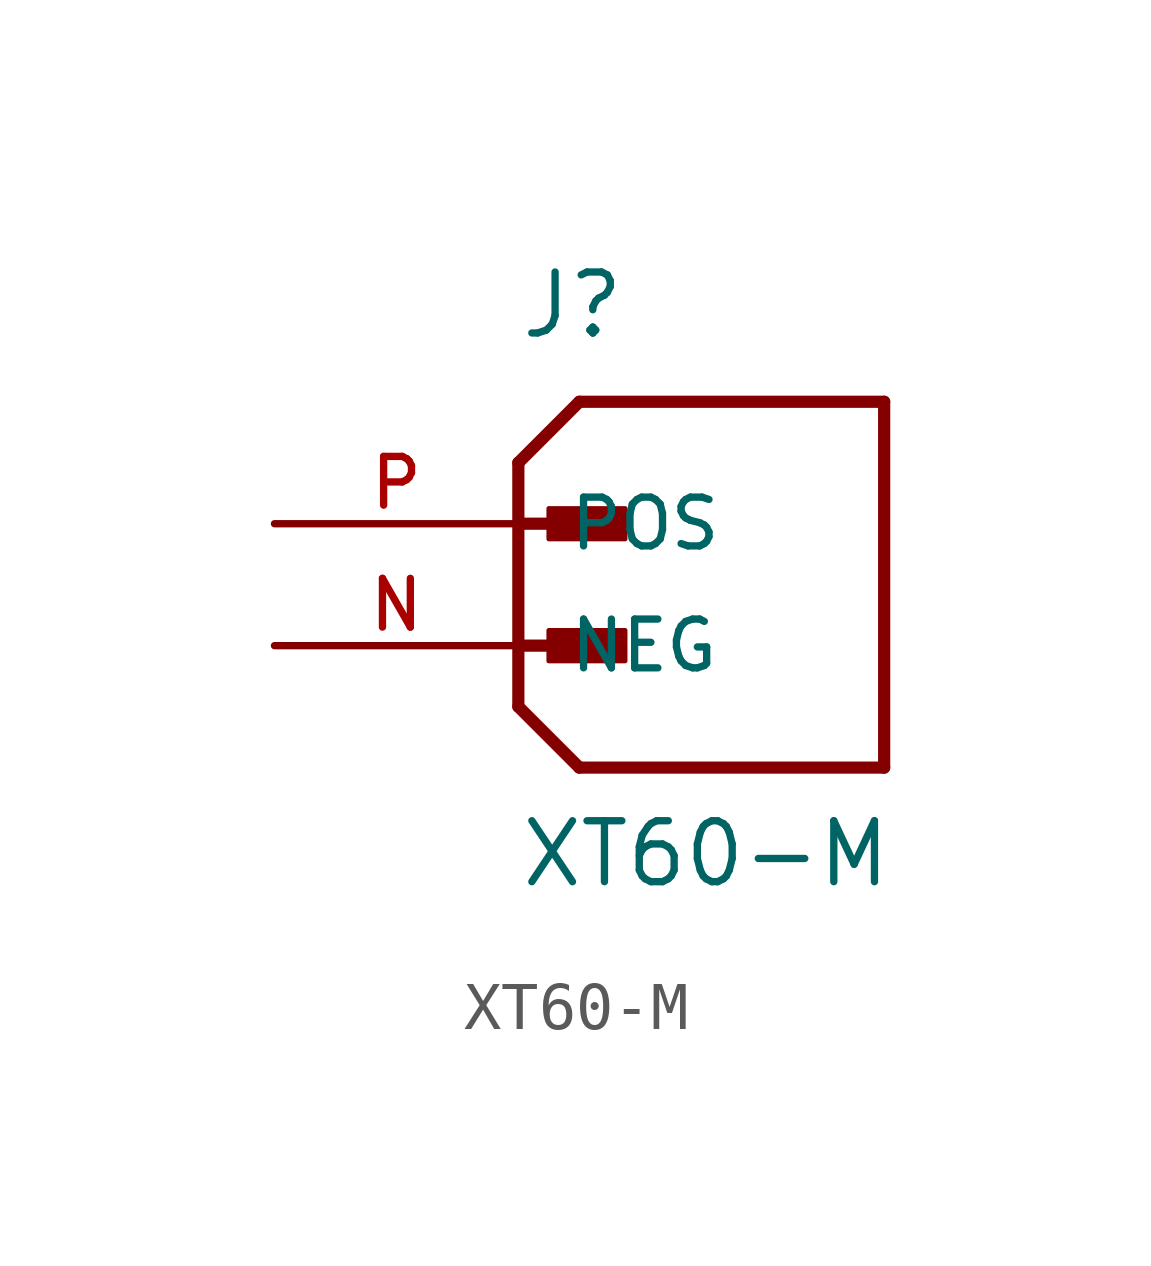
<source format=kicad_sym>
(kicad_symbol_lib
  (version 20211014)
  (generator kicad_symbol_editor)
  (symbol "XT60-M"
    (pin_names
      (offset 1.016))
    (property "Reference" "J"
      (at 0 6.35 0)
      (effects (font (size 1.27 1.27)) (justify left bottom)))
    (property "Value" "XT60-M"
      (at 0 -5.08 0)
      (effects (font (size 1.27 1.27)) (justify left bottom)))
    (property "Field8" ""
      (at 0 0 0)
      (effects (font (size 1.27 1.27))))
    (symbol "XT60-M_0_0"
      (polyline (pts (xy 0 -1.27) (xy 1.27 -2.54)) (stroke (width 0.254) (type default) (color 0 0 0 0)) (fill (type none)))
      (polyline (pts (xy 0 0) (xy 1.905 0)) (stroke (width 0.254) (type default) (color 0 0 0 0)) (fill (type none)))
      (polyline (pts (xy 0 2.54) (xy 0 -1.27)) (stroke (width 0.254) (type default) (color 0 0 0 0)) (fill (type none)))
      (polyline (pts (xy 0 2.54) (xy 1.905 2.54)) (stroke (width 0.254) (type default) (color 0 0 0 0)) (fill (type none)))
      (polyline (pts (xy 0 3.81) (xy 0 2.54)) (stroke (width 0.254) (type default) (color 0 0 0 0)) (fill (type none)))
      (polyline (pts (xy 0 3.81) (xy 1.27 5.08)) (stroke (width 0.254) (type default) (color 0 0 0 0)) (fill (type none)))
      (polyline (pts (xy 1.27 -2.54) (xy 7.62 -2.54)) (stroke (width 0.254) (type default) (color 0 0 0 0)) (fill (type none)))
      (polyline (pts (xy 7.62 -2.54) (xy 7.62 5.08)) (stroke (width 0.254) (type default) (color 0 0 0 0)) (fill (type none)))
      (polyline (pts (xy 7.62 5.08) (xy 1.27 5.08)) (stroke (width 0.254) (type default) (color 0 0 0 0)) (fill (type none)))
      (rectangle (start 0.635 -0.318) (end 2.223 0.318) (stroke (width 0.1) (type default) (color 0 0 0 0)) (fill (type outline)))
      (rectangle (start 0.635 2.223) (end 2.223 2.857) (stroke (width 0.1) (type default) (color 0 0 0 0)) (fill (type outline)))
      (pin passive line (at -5.08 0 0) (length 5.08) (name "NEG" (effects (font (size 1.016 1.016)))) (number "N" (effects (font (size 1.016 1.016)))))
      (pin passive line (at -5.08 2.54 0) (length 5.08) (name "POS" (effects (font (size 1.016 1.016)))) (number "P" (effects (font (size 1.016 1.016))))))))
</source>
